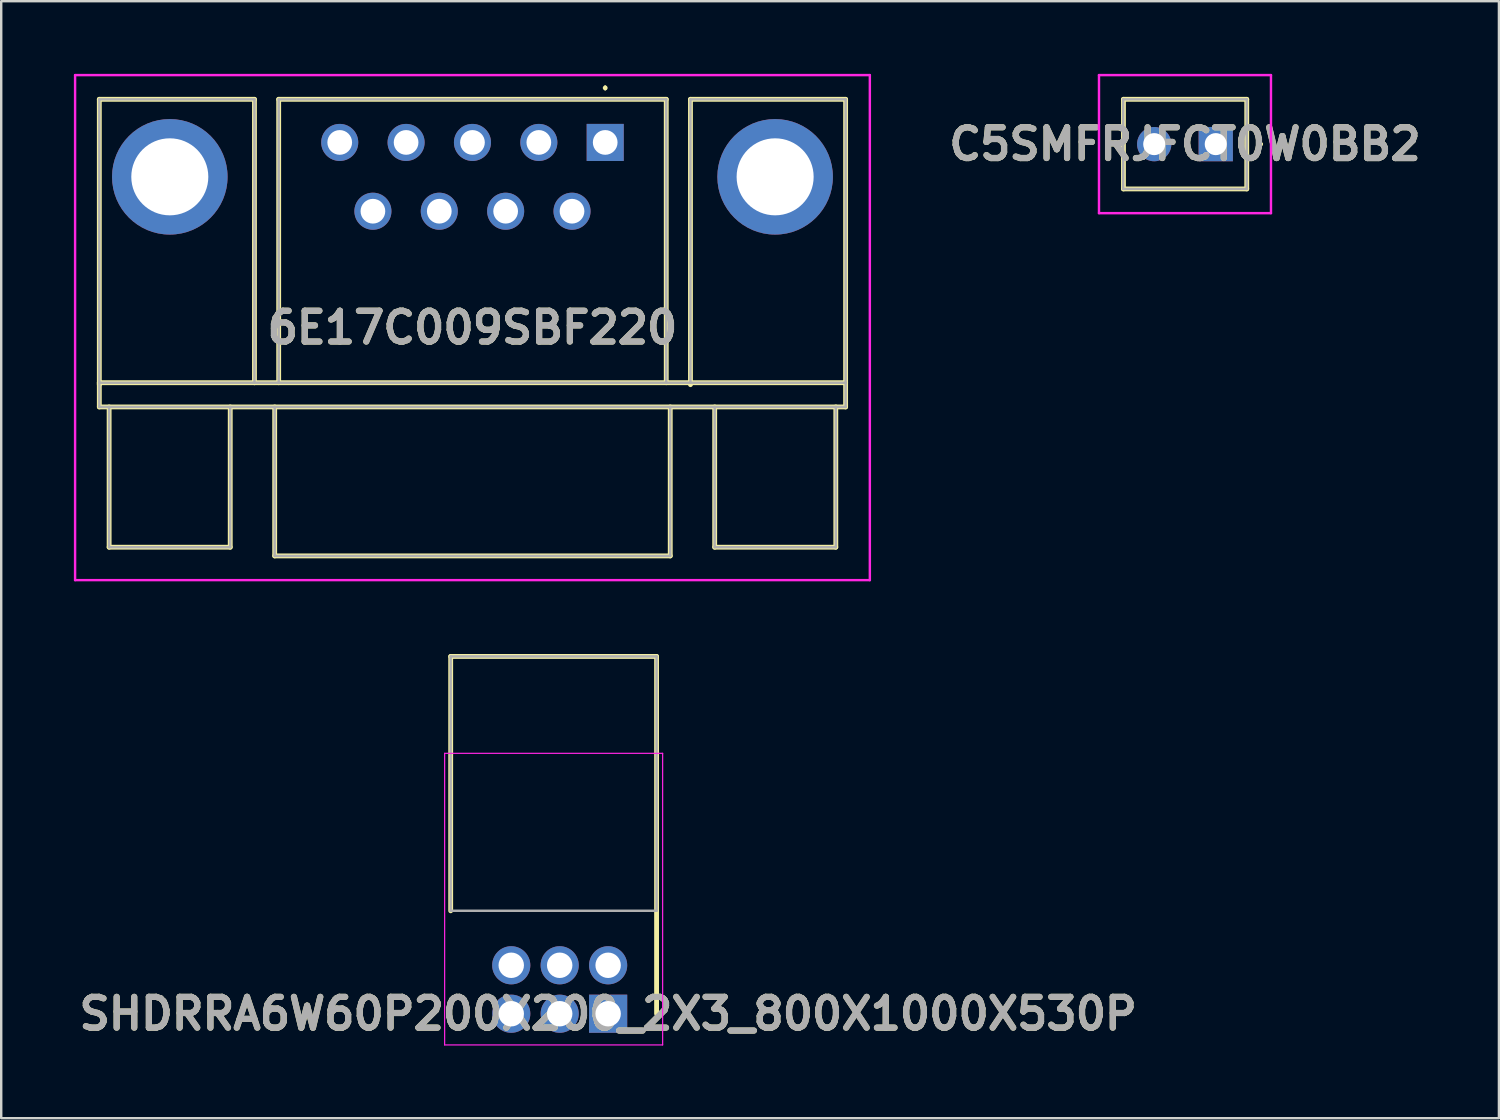
<source format=kicad_pcb>
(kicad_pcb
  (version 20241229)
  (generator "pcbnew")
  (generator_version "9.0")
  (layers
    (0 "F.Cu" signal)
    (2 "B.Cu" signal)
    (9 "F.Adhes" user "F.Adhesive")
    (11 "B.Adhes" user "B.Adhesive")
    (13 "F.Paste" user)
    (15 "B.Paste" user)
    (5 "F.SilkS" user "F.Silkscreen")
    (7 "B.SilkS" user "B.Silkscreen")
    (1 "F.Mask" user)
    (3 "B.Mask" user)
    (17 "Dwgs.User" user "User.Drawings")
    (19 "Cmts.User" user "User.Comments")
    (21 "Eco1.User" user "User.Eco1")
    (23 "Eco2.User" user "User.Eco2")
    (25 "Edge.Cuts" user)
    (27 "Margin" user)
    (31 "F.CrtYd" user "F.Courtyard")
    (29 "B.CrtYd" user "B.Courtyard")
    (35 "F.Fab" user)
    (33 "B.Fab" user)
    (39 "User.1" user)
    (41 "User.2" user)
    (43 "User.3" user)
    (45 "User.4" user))
  (footprint "C5SMFRJFCT0W0BB2"
    (layer "F.Cu")
    (at 47.14 2.9)
    (property "Reference" "C5SMFRJFCT0W0BB2" (at -1.27 0 0) (layer "F.SilkS") (effects (font (size 1.27 1.27) (thickness 0.254))))
    (attr through_hole)
    (fp_line (start -3.81 -1.85) (end -3.81 1.85) (stroke (width 0.2) (type solid)) (layer "F.SilkS"))
    (fp_line (start -3.81 1.85) (end 1.28 1.85) (stroke (width 0.2) (type solid)) (layer "F.SilkS"))
    (fp_line (start 1.28 -1.85) (end -3.81 -1.85) (stroke (width 0.2) (type solid)) (layer "F.SilkS"))
    (fp_line (start 1.28 1.85) (end 1.28 -1.85) (stroke (width 0.2) (type solid)) (layer "F.SilkS"))
    (fp_line (start 1.8 0) (end 1.8 0) (stroke (width 0.1) (type solid)) (layer "F.SilkS"))
    (fp_line (start 1.9 0) (end 1.9 0) (stroke (width 0.1) (type solid)) (layer "F.SilkS"))
    (fp_arc (start 1.8 0) (mid 1.85 -0.05) (end 1.9 0) (stroke (width 0.1) (type solid)) (layer "F.SilkS"))
    (fp_arc (start 1.9 0) (mid 1.85 0.05) (end 1.8 0) (stroke (width 0.1) (type solid)) (layer "F.SilkS"))
    (fp_line (start -4.82 -2.85) (end -4.82 2.85) (stroke (width 0.1) (type solid)) (layer "F.CrtYd"))
    (fp_line (start -4.82 2.85) (end 2.28 2.85) (stroke (width 0.1) (type solid)) (layer "F.CrtYd"))
    (fp_line (start 2.28 -2.85) (end -4.82 -2.85) (stroke (width 0.1) (type solid)) (layer "F.CrtYd"))
    (fp_line (start 2.28 2.85) (end 2.28 -2.85) (stroke (width 0.1) (type solid)) (layer "F.CrtYd"))
    (fp_line (start -3.82 -1.85) (end -3.82 1.85) (stroke (width 0.1) (type solid)) (layer "F.Fab"))
    (fp_line (start -3.82 1.85) (end 1.28 1.85) (stroke (width 0.1) (type solid)) (layer "F.Fab"))
    (fp_line (start 1.28 -1.85) (end -3.82 -1.85) (stroke (width 0.1) (type solid)) (layer "F.Fab"))
    (fp_line (start 1.28 1.85) (end 1.28 -1.85) (stroke (width 0.1) (type solid)) (layer "F.Fab"))
    (fp_text user "${REFERENCE}" (at -1.27 0 0) (layer "F.Fab") (effects (font (size 1.27 1.27) (thickness 0.254))))
    (pad "1" thru_hole rect (at 0 0) (size 1.416 1.416) (drill 0.91) (layers "*.Cu" "*.Mask"))
    (pad "2" thru_hole circle (at -2.54 0) (size 1.416 1.416) (drill 0.91) (layers "*.Cu" "*.Mask")))
  (footprint "6E17C009SBF220"
    (layer "F.Cu")
    (at 21.935 2.83)
    (property "Reference" "6E17C009SBF220" (at -5.48 7.645 0) (layer "F.SilkS") (effects (font (size 1.27 1.27) (thickness 0.254))))
    (attr through_hole)
    (fp_line (start -20.885 -1.78) (end -14.48 -1.78) (stroke (width 0.2) (type solid)) (layer "F.SilkS"))
    (fp_line (start -20.885 9.92) (end 9.925 9.92) (stroke (width 0.2) (type solid)) (layer "F.SilkS"))
    (fp_line (start -20.885 10) (end -20.885 -1.78) (stroke (width 0.2) (type solid)) (layer "F.SilkS"))
    (fp_line (start -20.885 10.92) (end -20.885 9.92) (stroke (width 0.2) (type solid)) (layer "F.SilkS"))
    (fp_line (start -20.48 16.71) (end -20.48 10.92) (stroke (width 0.2) (type solid)) (layer "F.SilkS"))
    (fp_line (start -15.48 10.92) (end -15.48 16.71) (stroke (width 0.2) (type solid)) (layer "F.SilkS"))
    (fp_line (start -15.48 16.71) (end -20.48 16.71) (stroke (width 0.2) (type solid)) (layer "F.SilkS"))
    (fp_line (start -14.48 -1.78) (end -14.48 9.92) (stroke (width 0.2) (type solid)) (layer "F.SilkS"))
    (fp_line (start -14.48 9.92) (end -14.48 9.92) (stroke (width 0.2) (type solid)) (layer "F.SilkS"))
    (fp_line (start -13.645 10.92) (end -13.645 17.07) (stroke (width 0.2) (type solid)) (layer "F.SilkS"))
    (fp_line (start -13.645 17.07) (end 2.685 17.07) (stroke (width 0.2) (type solid)) (layer "F.SilkS"))
    (fp_line (start -13.48 -1.78) (end 2.52 -1.78) (stroke (width 0.2) (type solid)) (layer "F.SilkS"))
    (fp_line (start -13.48 9.92) (end -13.48 -1.78) (stroke (width 0.2) (type solid)) (layer "F.SilkS"))
    (fp_line (start 0 -2.3) (end 0 -2.3) (stroke (width 0.1) (type solid)) (layer "F.SilkS"))
    (fp_line (start 0 -2.2) (end 0 -2.2) (stroke (width 0.1) (type solid)) (layer "F.SilkS"))
    (fp_line (start 2.52 -1.78) (end 2.52 9.92) (stroke (width 0.2) (type solid)) (layer "F.SilkS"))
    (fp_line (start 2.685 17.07) (end 2.685 10.92) (stroke (width 0.2) (type solid)) (layer "F.SilkS"))
    (fp_line (start 3.52 -1.78) (end 3.52 10) (stroke (width 0.2) (type solid)) (layer "F.SilkS"))
    (fp_line (start 4.52 10.92) (end 4.52 16.71) (stroke (width 0.2) (type solid)) (layer "F.SilkS"))
    (fp_line (start 4.52 16.71) (end 9.52 16.71) (stroke (width 0.2) (type solid)) (layer "F.SilkS"))
    (fp_line (start 9.52 16.71) (end 9.52 10.92) (stroke (width 0.2) (type solid)) (layer "F.SilkS"))
    (fp_line (start 9.925 -1.78) (end 3.52 -1.78) (stroke (width 0.2) (type solid)) (layer "F.SilkS"))
    (fp_line (start 9.925 9.92) (end 9.925 -1.78) (stroke (width 0.2) (type solid)) (layer "F.SilkS"))
    (fp_line (start 9.925 9.92) (end 9.925 10.92) (stroke (width 0.2) (type solid)) (layer "F.SilkS"))
    (fp_line (start 9.925 10.92) (end -20.885 10.92) (stroke (width 0.2) (type solid)) (layer "F.SilkS"))
    (fp_arc (start 0 -2.3) (mid 0.05 -2.25) (end 0 -2.2) (stroke (width 0.1) (type solid)) (layer "F.SilkS"))
    (fp_arc (start 0 -2.2) (mid -0.05 -2.25) (end 0 -2.3) (stroke (width 0.1) (type solid)) (layer "F.SilkS"))
    (fp_line (start -21.885 -2.78) (end 10.925 -2.78) (stroke (width 0.1) (type solid)) (layer "F.CrtYd"))
    (fp_line (start -21.885 18.07) (end -21.885 -2.78) (stroke (width 0.1) (type solid)) (layer "F.CrtYd"))
    (fp_line (start 10.925 -2.78) (end 10.925 18.07) (stroke (width 0.1) (type solid)) (layer "F.CrtYd"))
    (fp_line (start 10.925 18.07) (end -21.885 18.07) (stroke (width 0.1) (type solid)) (layer "F.CrtYd"))
    (fp_line (start -20.885 -1.78) (end -14.48 -1.78) (stroke (width 0.1) (type solid)) (layer "F.Fab"))
    (fp_line (start -20.885 9.92) (end -20.885 -1.78) (stroke (width 0.1) (type solid)) (layer "F.Fab"))
    (fp_line (start -20.885 9.92) (end 9.925 9.92) (stroke (width 0.1) (type solid)) (layer "F.Fab"))
    (fp_line (start -20.885 10.92) (end -20.885 9.92) (stroke (width 0.1) (type solid)) (layer "F.Fab"))
    (fp_line (start -20.48 16.71) (end -20.48 10.92) (stroke (width 0.1) (type solid)) (layer "F.Fab"))
    (fp_line (start -15.48 10.92) (end -15.48 16.71) (stroke (width 0.1) (type solid)) (layer "F.Fab"))
    (fp_line (start -15.48 16.71) (end -20.48 16.71) (stroke (width 0.1) (type solid)) (layer "F.Fab"))
    (fp_line (start -14.48 -1.78) (end -14.48 9.92) (stroke (width 0.1) (type solid)) (layer "F.Fab"))
    (fp_line (start -13.645 10.92) (end -13.645 17.07) (stroke (width 0.1) (type solid)) (layer "F.Fab"))
    (fp_line (start -13.645 17.07) (end 2.685 17.07) (stroke (width 0.1) (type solid)) (layer "F.Fab"))
    (fp_line (start -13.48 -1.78) (end 2.52 -1.78) (stroke (width 0.1) (type solid)) (layer "F.Fab"))
    (fp_line (start -13.48 9.92) (end -13.48 -1.78) (stroke (width 0.1) (type solid)) (layer "F.Fab"))
    (fp_line (start 2.52 -1.78) (end 2.52 9.92) (stroke (width 0.1) (type solid)) (layer "F.Fab"))
    (fp_line (start 2.685 17.07) (end 2.685 10.92) (stroke (width 0.1) (type solid)) (layer "F.Fab"))
    (fp_line (start 3.52 -1.78) (end 3.52 9.92) (stroke (width 0.1) (type solid)) (layer "F.Fab"))
    (fp_line (start 4.52 10.92) (end 4.52 16.71) (stroke (width 0.1) (type solid)) (layer "F.Fab"))
    (fp_line (start 4.52 16.71) (end 9.52 16.71) (stroke (width 0.1) (type solid)) (layer "F.Fab"))
    (fp_line (start 9.52 16.71) (end 9.52 10.92) (stroke (width 0.1) (type solid)) (layer "F.Fab"))
    (fp_line (start 9.925 -1.78) (end 3.52 -1.78) (stroke (width 0.1) (type solid)) (layer "F.Fab"))
    (fp_line (start 9.925 9.92) (end 9.925 -1.78) (stroke (width 0.1) (type solid)) (layer "F.Fab"))
    (fp_line (start 9.925 9.92) (end 9.925 10.92) (stroke (width 0.1) (type solid)) (layer "F.Fab"))
    (fp_line (start 9.925 10.92) (end -20.885 10.92) (stroke (width 0.1) (type solid)) (layer "F.Fab"))
    (fp_text user "${REFERENCE}" (at -5.48 7.645 0) (layer "F.Fab") (effects (font (size 1.27 1.27) (thickness 0.254))))
    (pad "1" thru_hole rect (at 0 0) (size 1.53 1.53) (drill 1.02) (layers "*.Cu" "*.Mask"))
    (pad "2" thru_hole circle (at -2.74 0) (size 1.53 1.53) (drill 1.02) (layers "*.Cu" "*.Mask"))
    (pad "3" thru_hole circle (at -5.48 0) (size 1.53 1.53) (drill 1.02) (layers "*.Cu" "*.Mask"))
    (pad "4" thru_hole circle (at -8.22 0) (size 1.53 1.53) (drill 1.02) (layers "*.Cu" "*.Mask"))
    (pad "5" thru_hole circle (at -10.96 0) (size 1.53 1.53) (drill 1.02) (layers "*.Cu" "*.Mask"))
    (pad "6" thru_hole circle (at -1.37 2.84) (size 1.53 1.53) (drill 1.02) (layers "*.Cu" "*.Mask"))
    (pad "7" thru_hole circle (at -4.11 2.84) (size 1.53 1.53) (drill 1.02) (layers "*.Cu" "*.Mask"))
    (pad "8" thru_hole circle (at -6.85 2.84) (size 1.53 1.53) (drill 1.02) (layers "*.Cu" "*.Mask"))
    (pad "9" thru_hole circle (at -9.59 2.84) (size 1.53 1.53) (drill 1.02) (layers "*.Cu" "*.Mask"))
    (pad "10" thru_hole circle (at 7.015 1.42) (size 4.77 4.77) (drill 3.18) (layers "*.Cu" "*.Mask"))
    (pad "11" thru_hole circle (at -17.975 1.42) (size 4.77 4.77) (drill 3.18) (layers "*.Cu" "*.Mask")))
  (footprint "SHDRRA6W60P200X200_2X3_800X1000X530P"
    (layer "F.Cu")
    (at 22.056 38.8)
    (property "Reference" "SHDRRA6W60P200X200_2X3_800X1000X530P" (at 0 0 0) (layer "F.SilkS") (effects (font (size 1.27 1.27) (thickness 0.254))))
    (attr through_hole)
    (fp_line (start -6.5 -14.75) (end -6.5 -4.25) (stroke (width 0.2) (type solid)) (layer "F.SilkS"))
    (fp_line (start 2 -14.75) (end -6.5 -14.75) (stroke (width 0.2) (type solid)) (layer "F.SilkS"))
    (fp_line (start 2 0) (end 2 -14.75) (stroke (width 0.2) (type solid)) (layer "F.SilkS"))
    (fp_line (start -6.75 -10.75) (end 2.25 -10.75) (stroke (width 0.05) (type solid)) (layer "F.CrtYd"))
    (fp_line (start -6.75 1.288) (end -6.75 -10.75) (stroke (width 0.05) (type solid)) (layer "F.CrtYd"))
    (fp_line (start 2.25 -10.75) (end 2.25 1.288) (stroke (width 0.05) (type solid)) (layer "F.CrtYd"))
    (fp_line (start 2.25 1.288) (end -6.75 1.288) (stroke (width 0.05) (type solid)) (layer "F.CrtYd"))
    (fp_line (start -6.5 -14.75) (end 2 -14.75) (stroke (width 0.1) (type solid)) (layer "F.Fab"))
    (fp_line (start -6.5 -4.25) (end -6.5 -14.75) (stroke (width 0.1) (type solid)) (layer "F.Fab"))
    (fp_line (start 2 -14.75) (end 2 -4.25) (stroke (width 0.1) (type solid)) (layer "F.Fab"))
    (fp_line (start 2 -4.25) (end -6.5 -4.25) (stroke (width 0.1) (type solid)) (layer "F.Fab"))
    (fp_text user "${REFERENCE}" (at 0 0 0) (layer "F.Fab") (effects (font (size 1.27 1.27) (thickness 0.254))))
    (pad "1" thru_hole rect (at 0 0) (size 1.575 1.575) (drill 1.05) (layers "*.Cu" "*.Mask"))
    (pad "2" thru_hole circle (at 0 -2) (size 1.575 1.575) (drill 1.05) (layers "*.Cu" "*.Mask"))
    (pad "3" thru_hole circle (at -2 0) (size 1.575 1.575) (drill 1.05) (layers "*.Cu" "*.Mask"))
    (pad "4" thru_hole circle (at -2 -2) (size 1.575 1.575) (drill 1.05) (layers "*.Cu" "*.Mask"))
    (pad "5" thru_hole circle (at -4 0) (size 1.575 1.575) (drill 1.05) (layers "*.Cu" "*.Mask"))
    (pad "6" thru_hole circle (at -4 -2) (size 1.575 1.575) (drill 1.05) (layers "*.Cu" "*.Mask")))
  (gr_rect
    (start -3 -3)
    (end 58.831 43.113)
    (stroke (width 0.1) (type default))
    (fill no)
    (layer "Edge.Cuts")))
</source>
